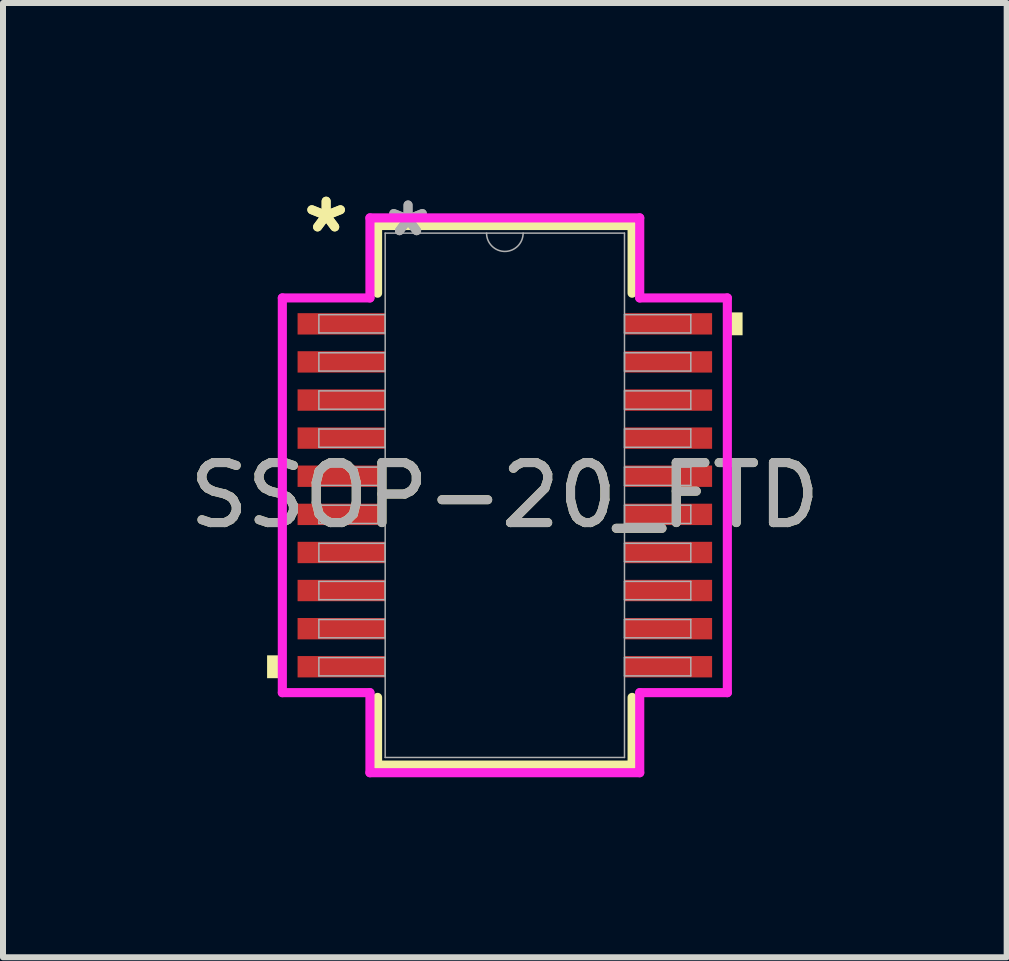
<source format=kicad_pcb>
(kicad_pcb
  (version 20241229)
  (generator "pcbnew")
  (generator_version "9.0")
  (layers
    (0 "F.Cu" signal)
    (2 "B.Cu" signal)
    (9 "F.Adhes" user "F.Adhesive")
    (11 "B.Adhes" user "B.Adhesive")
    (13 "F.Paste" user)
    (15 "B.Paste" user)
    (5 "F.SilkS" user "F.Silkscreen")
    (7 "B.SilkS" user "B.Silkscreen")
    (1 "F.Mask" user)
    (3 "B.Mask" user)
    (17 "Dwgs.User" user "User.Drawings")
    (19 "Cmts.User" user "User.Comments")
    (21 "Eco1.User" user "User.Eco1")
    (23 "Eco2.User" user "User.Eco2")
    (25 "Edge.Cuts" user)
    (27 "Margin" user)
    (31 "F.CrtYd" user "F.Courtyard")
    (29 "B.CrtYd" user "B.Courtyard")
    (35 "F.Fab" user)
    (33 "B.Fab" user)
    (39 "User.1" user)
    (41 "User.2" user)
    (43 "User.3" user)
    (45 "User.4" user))
  (footprint "SSOP-20_FTD"
    (layer "F.Cu")
    (at 5.363 5.204)
    (property "Reference" "SSOP-20_FTD" (at 0 0 0) (unlocked yes) (layer "F.SilkS") (effects (font (size 1 1) (thickness 0.15))))
    (attr smd)
    (fp_line (start -2.121 -4.496) (end -2.121 -3.368) (stroke (width 0.152) (type solid)) (layer "F.SilkS"))
    (fp_line (start -2.121 3.368) (end -2.121 4.496) (stroke (width 0.152) (type solid)) (layer "F.SilkS"))
    (fp_line (start -2.121 4.496) (end 2.121 4.496) (stroke (width 0.152) (type solid)) (layer "F.SilkS"))
    (fp_line (start 2.121 -4.496) (end -2.121 -4.496) (stroke (width 0.152) (type solid)) (layer "F.SilkS"))
    (fp_line (start 2.121 -3.368) (end 2.121 -4.496) (stroke (width 0.152) (type solid)) (layer "F.SilkS"))
    (fp_line (start 2.121 4.496) (end 2.121 3.368) (stroke (width 0.152) (type solid)) (layer "F.SilkS"))
    (fp_poly (pts (xy -3.962 2.667) (xy -3.962 3.048) (xy -3.708 3.048) (xy -3.708 2.667)) (stroke (width 0) (type solid)) (fill yes) (layer "F.SilkS"))
    (fp_poly (pts (xy 3.962 -3.048) (xy 3.962 -2.667) (xy 3.708 -2.667) (xy 3.708 -3.048)) (stroke (width 0) (type solid)) (fill yes) (layer "F.SilkS"))
    (fp_line (start -3.708 -3.289) (end -2.248 -3.289) (stroke (width 0.152) (type solid)) (layer "F.CrtYd"))
    (fp_line (start -3.708 3.289) (end -3.708 -3.289) (stroke (width 0.152) (type solid)) (layer "F.CrtYd"))
    (fp_line (start -3.708 3.289) (end -2.248 3.289) (stroke (width 0.152) (type solid)) (layer "F.CrtYd"))
    (fp_line (start -2.248 -4.623) (end 2.248 -4.623) (stroke (width 0.152) (type solid)) (layer "F.CrtYd"))
    (fp_line (start -2.248 -3.289) (end -2.248 -4.623) (stroke (width 0.152) (type solid)) (layer "F.CrtYd"))
    (fp_line (start -2.248 4.623) (end -2.248 3.289) (stroke (width 0.152) (type solid)) (layer "F.CrtYd"))
    (fp_line (start 2.248 -4.623) (end 2.248 -3.289) (stroke (width 0.152) (type solid)) (layer "F.CrtYd"))
    (fp_line (start 2.248 3.289) (end 2.248 4.623) (stroke (width 0.152) (type solid)) (layer "F.CrtYd"))
    (fp_line (start 2.248 4.623) (end -2.248 4.623) (stroke (width 0.152) (type solid)) (layer "F.CrtYd"))
    (fp_line (start 3.708 -3.289) (end 2.248 -3.289) (stroke (width 0.152) (type solid)) (layer "F.CrtYd"))
    (fp_line (start 3.708 -3.289) (end 3.708 3.289) (stroke (width 0.152) (type solid)) (layer "F.CrtYd"))
    (fp_line (start 3.708 3.289) (end 2.248 3.289) (stroke (width 0.152) (type solid)) (layer "F.CrtYd"))
    (fp_line (start -3.099 -3.01) (end -3.099 -2.705) (stroke (width 0.025) (type solid)) (layer "F.Fab"))
    (fp_line (start -3.099 -2.705) (end -1.994 -2.705) (stroke (width 0.025) (type solid)) (layer "F.Fab"))
    (fp_line (start -3.099 -2.375) (end -3.099 -2.07) (stroke (width 0.025) (type solid)) (layer "F.Fab"))
    (fp_line (start -3.099 -2.07) (end -1.994 -2.07) (stroke (width 0.025) (type solid)) (layer "F.Fab"))
    (fp_line (start -3.099 -1.74) (end -3.099 -1.435) (stroke (width 0.025) (type solid)) (layer "F.Fab"))
    (fp_line (start -3.099 -1.435) (end -1.994 -1.435) (stroke (width 0.025) (type solid)) (layer "F.Fab"))
    (fp_line (start -3.099 -1.105) (end -3.099 -0.8) (stroke (width 0.025) (type solid)) (layer "F.Fab"))
    (fp_line (start -3.099 -0.8) (end -1.994 -0.8) (stroke (width 0.025) (type solid)) (layer "F.Fab"))
    (fp_line (start -3.099 -0.47) (end -3.099 -0.165) (stroke (width 0.025) (type solid)) (layer "F.Fab"))
    (fp_line (start -3.099 -0.165) (end -1.994 -0.165) (stroke (width 0.025) (type solid)) (layer "F.Fab"))
    (fp_line (start -3.099 0.165) (end -3.099 0.47) (stroke (width 0.025) (type solid)) (layer "F.Fab"))
    (fp_line (start -3.099 0.47) (end -1.994 0.47) (stroke (width 0.025) (type solid)) (layer "F.Fab"))
    (fp_line (start -3.099 0.8) (end -3.099 1.105) (stroke (width 0.025) (type solid)) (layer "F.Fab"))
    (fp_line (start -3.099 1.105) (end -1.994 1.105) (stroke (width 0.025) (type solid)) (layer "F.Fab"))
    (fp_line (start -3.099 1.435) (end -3.099 1.74) (stroke (width 0.025) (type solid)) (layer "F.Fab"))
    (fp_line (start -3.099 1.74) (end -1.994 1.74) (stroke (width 0.025) (type solid)) (layer "F.Fab"))
    (fp_line (start -3.099 2.07) (end -3.099 2.375) (stroke (width 0.025) (type solid)) (layer "F.Fab"))
    (fp_line (start -3.099 2.375) (end -1.994 2.375) (stroke (width 0.025) (type solid)) (layer "F.Fab"))
    (fp_line (start -3.099 2.705) (end -3.099 3.01) (stroke (width 0.025) (type solid)) (layer "F.Fab"))
    (fp_line (start -3.099 3.01) (end -1.994 3.01) (stroke (width 0.025) (type solid)) (layer "F.Fab"))
    (fp_line (start -1.994 -4.369) (end -1.994 4.369) (stroke (width 0.025) (type solid)) (layer "F.Fab"))
    (fp_line (start -1.994 -3.01) (end -3.099 -3.01) (stroke (width 0.025) (type solid)) (layer "F.Fab"))
    (fp_line (start -1.994 -2.705) (end -1.994 -3.01) (stroke (width 0.025) (type solid)) (layer "F.Fab"))
    (fp_line (start -1.994 -2.375) (end -3.099 -2.375) (stroke (width 0.025) (type solid)) (layer "F.Fab"))
    (fp_line (start -1.994 -2.07) (end -1.994 -2.375) (stroke (width 0.025) (type solid)) (layer "F.Fab"))
    (fp_line (start -1.994 -1.74) (end -3.099 -1.74) (stroke (width 0.025) (type solid)) (layer "F.Fab"))
    (fp_line (start -1.994 -1.435) (end -1.994 -1.74) (stroke (width 0.025) (type solid)) (layer "F.Fab"))
    (fp_line (start -1.994 -1.105) (end -3.099 -1.105) (stroke (width 0.025) (type solid)) (layer "F.Fab"))
    (fp_line (start -1.994 -0.8) (end -1.994 -1.105) (stroke (width 0.025) (type solid)) (layer "F.Fab"))
    (fp_line (start -1.994 -0.47) (end -3.099 -0.47) (stroke (width 0.025) (type solid)) (layer "F.Fab"))
    (fp_line (start -1.994 -0.165) (end -1.994 -0.47) (stroke (width 0.025) (type solid)) (layer "F.Fab"))
    (fp_line (start -1.994 0.165) (end -3.099 0.165) (stroke (width 0.025) (type solid)) (layer "F.Fab"))
    (fp_line (start -1.994 0.47) (end -1.994 0.165) (stroke (width 0.025) (type solid)) (layer "F.Fab"))
    (fp_line (start -1.994 0.8) (end -3.099 0.8) (stroke (width 0.025) (type solid)) (layer "F.Fab"))
    (fp_line (start -1.994 1.105) (end -1.994 0.8) (stroke (width 0.025) (type solid)) (layer "F.Fab"))
    (fp_line (start -1.994 1.435) (end -3.099 1.435) (stroke (width 0.025) (type solid)) (layer "F.Fab"))
    (fp_line (start -1.994 1.74) (end -1.994 1.435) (stroke (width 0.025) (type solid)) (layer "F.Fab"))
    (fp_line (start -1.994 2.07) (end -3.099 2.07) (stroke (width 0.025) (type solid)) (layer "F.Fab"))
    (fp_line (start -1.994 2.375) (end -1.994 2.07) (stroke (width 0.025) (type solid)) (layer "F.Fab"))
    (fp_line (start -1.994 2.705) (end -3.099 2.705) (stroke (width 0.025) (type solid)) (layer "F.Fab"))
    (fp_line (start -1.994 3.01) (end -1.994 2.705) (stroke (width 0.025) (type solid)) (layer "F.Fab"))
    (fp_line (start -1.994 4.369) (end 1.994 4.369) (stroke (width 0.025) (type solid)) (layer "F.Fab"))
    (fp_line (start 1.994 -4.369) (end -1.994 -4.369) (stroke (width 0.025) (type solid)) (layer "F.Fab"))
    (fp_line (start 1.994 -3.01) (end 1.994 -2.705) (stroke (width 0.025) (type solid)) (layer "F.Fab"))
    (fp_line (start 1.994 -2.705) (end 3.099 -2.705) (stroke (width 0.025) (type solid)) (layer "F.Fab"))
    (fp_line (start 1.994 -2.375) (end 1.994 -2.07) (stroke (width 0.025) (type solid)) (layer "F.Fab"))
    (fp_line (start 1.994 -2.07) (end 3.099 -2.07) (stroke (width 0.025) (type solid)) (layer "F.Fab"))
    (fp_line (start 1.994 -1.74) (end 1.994 -1.435) (stroke (width 0.025) (type solid)) (layer "F.Fab"))
    (fp_line (start 1.994 -1.435) (end 3.099 -1.435) (stroke (width 0.025) (type solid)) (layer "F.Fab"))
    (fp_line (start 1.994 -1.105) (end 1.994 -0.8) (stroke (width 0.025) (type solid)) (layer "F.Fab"))
    (fp_line (start 1.994 -0.8) (end 3.099 -0.8) (stroke (width 0.025) (type solid)) (layer "F.Fab"))
    (fp_line (start 1.994 -0.47) (end 1.994 -0.165) (stroke (width 0.025) (type solid)) (layer "F.Fab"))
    (fp_line (start 1.994 -0.165) (end 3.099 -0.165) (stroke (width 0.025) (type solid)) (layer "F.Fab"))
    (fp_line (start 1.994 0.165) (end 1.994 0.47) (stroke (width 0.025) (type solid)) (layer "F.Fab"))
    (fp_line (start 1.994 0.47) (end 3.099 0.47) (stroke (width 0.025) (type solid)) (layer "F.Fab"))
    (fp_line (start 1.994 0.8) (end 1.994 1.105) (stroke (width 0.025) (type solid)) (layer "F.Fab"))
    (fp_line (start 1.994 1.105) (end 3.099 1.105) (stroke (width 0.025) (type solid)) (layer "F.Fab"))
    (fp_line (start 1.994 1.435) (end 1.994 1.74) (stroke (width 0.025) (type solid)) (layer "F.Fab"))
    (fp_line (start 1.994 1.74) (end 3.099 1.74) (stroke (width 0.025) (type solid)) (layer "F.Fab"))
    (fp_line (start 1.994 2.07) (end 1.994 2.375) (stroke (width 0.025) (type solid)) (layer "F.Fab"))
    (fp_line (start 1.994 2.375) (end 3.099 2.375) (stroke (width 0.025) (type solid)) (layer "F.Fab"))
    (fp_line (start 1.994 2.705) (end 1.994 3.01) (stroke (width 0.025) (type solid)) (layer "F.Fab"))
    (fp_line (start 1.994 3.01) (end 3.099 3.01) (stroke (width 0.025) (type solid)) (layer "F.Fab"))
    (fp_line (start 1.994 4.369) (end 1.994 -4.369) (stroke (width 0.025) (type solid)) (layer "F.Fab"))
    (fp_line (start 3.099 -3.01) (end 1.994 -3.01) (stroke (width 0.025) (type solid)) (layer "F.Fab"))
    (fp_line (start 3.099 -2.705) (end 3.099 -3.01) (stroke (width 0.025) (type solid)) (layer "F.Fab"))
    (fp_line (start 3.099 -2.375) (end 1.994 -2.375) (stroke (width 0.025) (type solid)) (layer "F.Fab"))
    (fp_line (start 3.099 -2.07) (end 3.099 -2.375) (stroke (width 0.025) (type solid)) (layer "F.Fab"))
    (fp_line (start 3.099 -1.74) (end 1.994 -1.74) (stroke (width 0.025) (type solid)) (layer "F.Fab"))
    (fp_line (start 3.099 -1.435) (end 3.099 -1.74) (stroke (width 0.025) (type solid)) (layer "F.Fab"))
    (fp_line (start 3.099 -1.105) (end 1.994 -1.105) (stroke (width 0.025) (type solid)) (layer "F.Fab"))
    (fp_line (start 3.099 -0.8) (end 3.099 -1.105) (stroke (width 0.025) (type solid)) (layer "F.Fab"))
    (fp_line (start 3.099 -0.47) (end 1.994 -0.47) (stroke (width 0.025) (type solid)) (layer "F.Fab"))
    (fp_line (start 3.099 -0.165) (end 3.099 -0.47) (stroke (width 0.025) (type solid)) (layer "F.Fab"))
    (fp_line (start 3.099 0.165) (end 1.994 0.165) (stroke (width 0.025) (type solid)) (layer "F.Fab"))
    (fp_line (start 3.099 0.47) (end 3.099 0.165) (stroke (width 0.025) (type solid)) (layer "F.Fab"))
    (fp_line (start 3.099 0.8) (end 1.994 0.8) (stroke (width 0.025) (type solid)) (layer "F.Fab"))
    (fp_line (start 3.099 1.105) (end 3.099 0.8) (stroke (width 0.025) (type solid)) (layer "F.Fab"))
    (fp_line (start 3.099 1.435) (end 1.994 1.435) (stroke (width 0.025) (type solid)) (layer "F.Fab"))
    (fp_line (start 3.099 1.74) (end 3.099 1.435) (stroke (width 0.025) (type solid)) (layer "F.Fab"))
    (fp_line (start 3.099 2.07) (end 1.994 2.07) (stroke (width 0.025) (type solid)) (layer "F.Fab"))
    (fp_line (start 3.099 2.375) (end 3.099 2.07) (stroke (width 0.025) (type solid)) (layer "F.Fab"))
    (fp_line (start 3.099 2.705) (end 1.994 2.705) (stroke (width 0.025) (type solid)) (layer "F.Fab"))
    (fp_line (start 3.099 3.01) (end 3.099 2.705) (stroke (width 0.025) (type solid)) (layer "F.Fab"))
    (fp_arc (start 0.3048 -4.3688) (mid 0 -4.064) (end -0.3048 -4.3688) (stroke (width 0.0254) (type solid)) (layer "F.Fab"))
    (fp_text user "*" (at -2.978 -4.356 0) (unlocked yes) (layer "F.SilkS") (effects (font (size 1 1) (thickness 0.15))))
    (fp_text user "*" (at -2.978 -4.356 0) (layer "F.SilkS") (effects (font (size 1 1) (thickness 0.15))))
    (fp_text user "*" (at -1.613 -4.293 0) (unlocked yes) (layer "F.Fab") (effects (font (size 1 1) (thickness 0.15))))
    (fp_text user "*" (at -1.613 -4.293 0) (layer "F.Fab") (effects (font (size 1 1) (thickness 0.15))))
    (fp_text user "${REFERENCE}" (at 0 0 0) (unlocked yes) (layer "F.Fab") (effects (font (size 1 1) (thickness 0.15))))
    (pad "1" smd rect (at -2.724 -2.857) (size 1.46 0.356) (layers "F.Cu" "F.Mask" "F.Paste"))
    (pad "2" smd rect (at -2.724 -2.223) (size 1.46 0.356) (layers "F.Cu" "F.Mask" "F.Paste"))
    (pad "3" smd rect (at -2.724 -1.587) (size 1.46 0.356) (layers "F.Cu" "F.Mask" "F.Paste"))
    (pad "4" smd rect (at -2.724 -0.953) (size 1.46 0.356) (layers "F.Cu" "F.Mask" "F.Paste"))
    (pad "5" smd rect (at -2.724 -0.318) (size 1.46 0.356) (layers "F.Cu" "F.Mask" "F.Paste"))
    (pad "6" smd rect (at -2.724 0.318) (size 1.46 0.356) (layers "F.Cu" "F.Mask" "F.Paste"))
    (pad "7" smd rect (at -2.724 0.953) (size 1.46 0.356) (layers "F.Cu" "F.Mask" "F.Paste"))
    (pad "8" smd rect (at -2.724 1.587) (size 1.46 0.356) (layers "F.Cu" "F.Mask" "F.Paste"))
    (pad "9" smd rect (at -2.724 2.223) (size 1.46 0.356) (layers "F.Cu" "F.Mask" "F.Paste"))
    (pad "10" smd rect (at -2.724 2.857) (size 1.46 0.356) (layers "F.Cu" "F.Mask" "F.Paste"))
    (pad "11" smd rect (at 2.724 2.857) (size 1.46 0.356) (layers "F.Cu" "F.Mask" "F.Paste"))
    (pad "12" smd rect (at 2.724 2.223) (size 1.46 0.356) (layers "F.Cu" "F.Mask" "F.Paste"))
    (pad "13" smd rect (at 2.724 1.587) (size 1.46 0.356) (layers "F.Cu" "F.Mask" "F.Paste"))
    (pad "14" smd rect (at 2.724 0.953) (size 1.46 0.356) (layers "F.Cu" "F.Mask" "F.Paste"))
    (pad "15" smd rect (at 2.724 0.318) (size 1.46 0.356) (layers "F.Cu" "F.Mask" "F.Paste"))
    (pad "16" smd rect (at 2.724 -0.318) (size 1.46 0.356) (layers "F.Cu" "F.Mask" "F.Paste"))
    (pad "17" smd rect (at 2.724 -0.953) (size 1.46 0.356) (layers "F.Cu" "F.Mask" "F.Paste"))
    (pad "18" smd rect (at 2.724 -1.587) (size 1.46 0.356) (layers "F.Cu" "F.Mask" "F.Paste"))
    (pad "19" smd rect (at 2.724 -2.223) (size 1.46 0.356) (layers "F.Cu" "F.Mask" "F.Paste"))
    (pad "20" smd rect (at 2.724 -2.857) (size 1.46 0.356) (layers "F.Cu" "F.Mask" "F.Paste")))
  (gr_rect
    (start -3 -3)
    (end 13.726 12.903)
    (stroke (width 0.1) (type default))
    (fill no)
    (layer "Edge.Cuts")))
</source>
